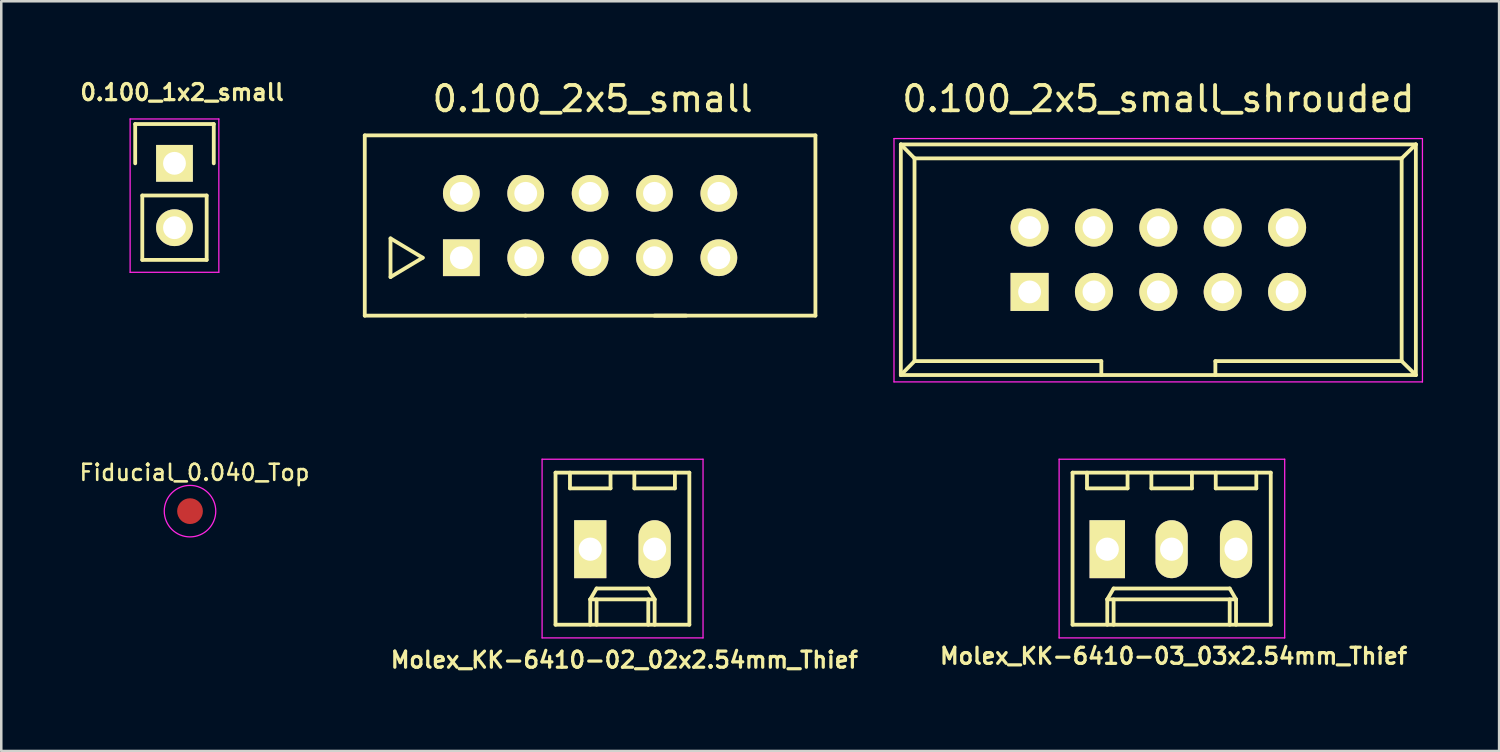
<source format=kicad_pcb>
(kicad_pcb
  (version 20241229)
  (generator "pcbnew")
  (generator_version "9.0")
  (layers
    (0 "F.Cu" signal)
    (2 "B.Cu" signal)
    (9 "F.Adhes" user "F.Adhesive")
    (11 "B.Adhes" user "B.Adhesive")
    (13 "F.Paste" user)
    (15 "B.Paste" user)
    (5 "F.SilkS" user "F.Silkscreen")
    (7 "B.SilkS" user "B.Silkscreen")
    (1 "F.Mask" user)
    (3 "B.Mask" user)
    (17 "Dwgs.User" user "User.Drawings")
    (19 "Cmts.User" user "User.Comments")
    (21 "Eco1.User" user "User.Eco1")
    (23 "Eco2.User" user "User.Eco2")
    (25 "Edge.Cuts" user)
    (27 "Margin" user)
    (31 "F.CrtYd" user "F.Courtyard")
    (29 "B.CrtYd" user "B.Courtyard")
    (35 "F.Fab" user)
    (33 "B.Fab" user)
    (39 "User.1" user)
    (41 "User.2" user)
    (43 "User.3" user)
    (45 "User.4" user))
  (footprint "Molex_KK-6410-03_03x2.54mm_Thief"
    (layer "F.Cu")
    (at 43.177 18.618)
    (property "Reference" "Molex_KK-6410-03_03x2.54mm_Thief" (at 0.076 4.216 0) (layer "F.SilkS") (effects (font (size 0.635 0.635) (thickness 0.127))))
    (attr through_hole)
    (fp_line (start -3.91 -3.02) (end -3.91 2.98) (stroke (width 0.15) (type solid)) (layer "F.SilkS"))
    (fp_line (start -3.91 2.98) (end 3.91 2.98) (stroke (width 0.15) (type solid)) (layer "F.SilkS"))
    (fp_line (start -3.34 -3.02) (end -3.34 -2.4) (stroke (width 0.15) (type solid)) (layer "F.SilkS"))
    (fp_line (start -3.34 -2.4) (end -1.74 -2.4) (stroke (width 0.15) (type solid)) (layer "F.SilkS"))
    (fp_line (start -2.54 1.98) (end -2.29 1.55) (stroke (width 0.15) (type solid)) (layer "F.SilkS"))
    (fp_line (start -2.54 1.98) (end 2.54 1.98) (stroke (width 0.15) (type solid)) (layer "F.SilkS"))
    (fp_line (start -2.54 2.98) (end -2.54 1.98) (stroke (width 0.15) (type solid)) (layer "F.SilkS"))
    (fp_line (start -2.29 1.55) (end 2.29 1.55) (stroke (width 0.15) (type solid)) (layer "F.SilkS"))
    (fp_line (start -2.29 2.98) (end -2.29 1.98) (stroke (width 0.15) (type solid)) (layer "F.SilkS"))
    (fp_line (start -1.74 -2.4) (end -1.74 -3.02) (stroke (width 0.15) (type solid)) (layer "F.SilkS"))
    (fp_line (start -0.8 -3.02) (end -0.8 -2.4) (stroke (width 0.15) (type solid)) (layer "F.SilkS"))
    (fp_line (start -0.8 -2.4) (end 0.8 -2.4) (stroke (width 0.15) (type solid)) (layer "F.SilkS"))
    (fp_line (start 0.8 -2.4) (end 0.8 -3.02) (stroke (width 0.15) (type solid)) (layer "F.SilkS"))
    (fp_line (start 1.74 -3.02) (end 1.74 -2.4) (stroke (width 0.15) (type solid)) (layer "F.SilkS"))
    (fp_line (start 1.74 -2.4) (end 3.34 -2.4) (stroke (width 0.15) (type solid)) (layer "F.SilkS"))
    (fp_line (start 2.29 1.55) (end 2.54 1.98) (stroke (width 0.15) (type solid)) (layer "F.SilkS"))
    (fp_line (start 2.29 2.98) (end 2.29 1.98) (stroke (width 0.15) (type solid)) (layer "F.SilkS"))
    (fp_line (start 2.54 1.98) (end 2.54 2.98) (stroke (width 0.15) (type solid)) (layer "F.SilkS"))
    (fp_line (start 3.34 -2.4) (end 3.34 -3.02) (stroke (width 0.15) (type solid)) (layer "F.SilkS"))
    (fp_line (start 3.91 -3.02) (end -3.91 -3.02) (stroke (width 0.15) (type solid)) (layer "F.SilkS"))
    (fp_line (start 3.91 2.98) (end 3.91 -3.02) (stroke (width 0.15) (type solid)) (layer "F.SilkS"))
    (fp_line (start -4.44 -3.55) (end 4.46 -3.55) (stroke (width 0.05) (type solid)) (layer "F.CrtYd"))
    (fp_line (start -4.44 3.5) (end -4.44 -3.55) (stroke (width 0.05) (type solid)) (layer "F.CrtYd"))
    (fp_line (start 4.46 -3.55) (end 4.46 3.5) (stroke (width 0.05) (type solid)) (layer "F.CrtYd"))
    (fp_line (start 4.46 3.5) (end -4.44 3.5) (stroke (width 0.05) (type solid)) (layer "F.CrtYd"))
    (pad "1" thru_hole rect (at -2.54 0) (size 1.397 2.286) (drill 0.914) (layers "*.Cu" "*.Mask" "F.SilkS"))
    (pad "2" thru_hole oval (at 0 0) (size 1.27 2.286) (drill 0.914) (layers "*.Cu" "*.Mask" "F.SilkS"))
    (pad "3" thru_hole oval (at 2.54 0) (size 1.27 2.286) (drill 0.914) (layers "*.Cu" "*.Mask" "F.SilkS")))
  (footprint "0.100_2x5_small_shrouded"
    (layer "F.Cu")
    (at 37.572 8.468)
    (property "Reference" "0.100_2x5_small_shrouded" (at 5.08 -7.62 0) (layer "F.SilkS") (effects (font (size 1 1) (thickness 0.15))))
    (attr through_hole)
    (fp_line (start -5.08 -5.82) (end -5.08 3.28) (stroke (width 0.15) (type solid)) (layer "F.SilkS"))
    (fp_line (start -5.08 -5.82) (end -4.54 -5.27) (stroke (width 0.15) (type solid)) (layer "F.SilkS"))
    (fp_line (start -5.08 -5.82) (end 15.24 -5.82) (stroke (width 0.15) (type solid)) (layer "F.SilkS"))
    (fp_line (start -5.08 3.28) (end -4.54 2.73) (stroke (width 0.15) (type solid)) (layer "F.SilkS"))
    (fp_line (start -5.08 3.28) (end 15.24 3.28) (stroke (width 0.15) (type solid)) (layer "F.SilkS"))
    (fp_line (start -4.54 -5.27) (end -4.54 2.73) (stroke (width 0.15) (type solid)) (layer "F.SilkS"))
    (fp_line (start -4.54 -5.27) (end 14.68 -5.27) (stroke (width 0.15) (type solid)) (layer "F.SilkS"))
    (fp_line (start -4.54 2.73) (end 2.83 2.73) (stroke (width 0.15) (type solid)) (layer "F.SilkS"))
    (fp_line (start 2.83 2.73) (end 2.83 3.28) (stroke (width 0.15) (type solid)) (layer "F.SilkS"))
    (fp_line (start 7.33 2.73) (end 7.33 3.28) (stroke (width 0.15) (type solid)) (layer "F.SilkS"))
    (fp_line (start 7.33 2.73) (end 14.68 2.73) (stroke (width 0.15) (type solid)) (layer "F.SilkS"))
    (fp_line (start 14.68 -5.27) (end 14.68 2.73) (stroke (width 0.15) (type solid)) (layer "F.SilkS"))
    (fp_line (start 15.24 -5.82) (end 14.68 -5.27) (stroke (width 0.15) (type solid)) (layer "F.SilkS"))
    (fp_line (start 15.24 -5.82) (end 15.24 3.28) (stroke (width 0.15) (type solid)) (layer "F.SilkS"))
    (fp_line (start 15.24 3.28) (end 14.68 2.73) (stroke (width 0.15) (type solid)) (layer "F.SilkS"))
    (fp_line (start -5.35 -6.05) (end 15.5 -6.05) (stroke (width 0.05) (type solid)) (layer "F.CrtYd"))
    (fp_line (start -5.35 3.55) (end -5.35 -6.05) (stroke (width 0.05) (type solid)) (layer "F.CrtYd"))
    (fp_line (start 15.5 -6.05) (end 15.5 3.55) (stroke (width 0.05) (type solid)) (layer "F.CrtYd"))
    (fp_line (start 15.5 3.55) (end -5.35 3.55) (stroke (width 0.05) (type solid)) (layer "F.CrtYd"))
    (pad "1" thru_hole rect (at 0 0) (size 1.5 1.5) (drill 0.9) (layers "*.Cu" "*.Mask" "F.SilkS"))
    (pad "2" thru_hole circle (at 0 -2.54) (size 1.5 1.5) (drill 0.9) (layers "*.Cu" "*.Mask" "F.SilkS"))
    (pad "3" thru_hole circle (at 2.54 0) (size 1.5 1.5) (drill 0.9) (layers "*.Cu" "*.Mask" "F.SilkS"))
    (pad "4" thru_hole circle (at 2.54 -2.54) (size 1.5 1.5) (drill 0.9) (layers "*.Cu" "*.Mask" "F.SilkS"))
    (pad "5" thru_hole circle (at 5.08 0) (size 1.5 1.5) (drill 0.9) (layers "*.Cu" "*.Mask" "F.SilkS"))
    (pad "6" thru_hole circle (at 5.08 -2.54) (size 1.5 1.5) (drill 0.9) (layers "*.Cu" "*.Mask" "F.SilkS"))
    (pad "7" thru_hole circle (at 7.62 0) (size 1.5 1.5) (drill 0.9) (layers "*.Cu" "*.Mask" "F.SilkS"))
    (pad "8" thru_hole circle (at 7.62 -2.54) (size 1.5 1.5) (drill 0.9) (layers "*.Cu" "*.Mask" "F.SilkS"))
    (pad "9" thru_hole circle (at 10.16 0) (size 1.5 1.5) (drill 0.9) (layers "*.Cu" "*.Mask" "F.SilkS"))
    (pad "10" thru_hole circle (at 10.16 -2.54) (size 1.5 1.5) (drill 0.9) (layers "*.Cu" "*.Mask" "F.SilkS")))
  (footprint "Molex_KK-6410-02_02x2.54mm_Thief"
    (layer "F.Cu")
    (at 21.508 18.618)
    (property "Reference" "Molex_KK-6410-02_02x2.54mm_Thief" (at 0.076 4.369 0) (layer "F.SilkS") (effects (font (size 0.635 0.635) (thickness 0.127))))
    (attr through_hole)
    (fp_line (start -2.64 -3.02) (end -2.64 2.98) (stroke (width 0.15) (type solid)) (layer "F.SilkS"))
    (fp_line (start -2.64 2.98) (end 2.64 2.98) (stroke (width 0.15) (type solid)) (layer "F.SilkS"))
    (fp_line (start -2.07 -3.02) (end -2.07 -2.4) (stroke (width 0.15) (type solid)) (layer "F.SilkS"))
    (fp_line (start -2.07 -2.4) (end -0.47 -2.4) (stroke (width 0.15) (type solid)) (layer "F.SilkS"))
    (fp_line (start -1.27 1.98) (end -1.02 1.55) (stroke (width 0.15) (type solid)) (layer "F.SilkS"))
    (fp_line (start -1.27 1.98) (end 1.27 1.98) (stroke (width 0.15) (type solid)) (layer "F.SilkS"))
    (fp_line (start -1.27 2.98) (end -1.27 1.98) (stroke (width 0.15) (type solid)) (layer "F.SilkS"))
    (fp_line (start -1.02 1.55) (end 1.02 1.55) (stroke (width 0.15) (type solid)) (layer "F.SilkS"))
    (fp_line (start -1.02 2.98) (end -1.02 1.98) (stroke (width 0.15) (type solid)) (layer "F.SilkS"))
    (fp_line (start -0.47 -2.4) (end -0.47 -3.02) (stroke (width 0.15) (type solid)) (layer "F.SilkS"))
    (fp_line (start 0.47 -3.02) (end 0.47 -2.4) (stroke (width 0.15) (type solid)) (layer "F.SilkS"))
    (fp_line (start 0.47 -2.4) (end 2.07 -2.4) (stroke (width 0.15) (type solid)) (layer "F.SilkS"))
    (fp_line (start 1.02 1.55) (end 1.27 1.98) (stroke (width 0.15) (type solid)) (layer "F.SilkS"))
    (fp_line (start 1.02 2.98) (end 1.02 1.98) (stroke (width 0.15) (type solid)) (layer "F.SilkS"))
    (fp_line (start 1.27 1.98) (end 1.27 2.98) (stroke (width 0.15) (type solid)) (layer "F.SilkS"))
    (fp_line (start 2.07 -2.4) (end 2.07 -3.02) (stroke (width 0.15) (type solid)) (layer "F.SilkS"))
    (fp_line (start 2.64 -3.02) (end -2.64 -3.02) (stroke (width 0.15) (type solid)) (layer "F.SilkS"))
    (fp_line (start 2.64 2.98) (end 2.64 -3.02) (stroke (width 0.15) (type solid)) (layer "F.SilkS"))
    (fp_line (start -3.17 -3.55) (end 3.18 -3.55) (stroke (width 0.05) (type solid)) (layer "F.CrtYd"))
    (fp_line (start -3.17 3.5) (end -3.17 -3.55) (stroke (width 0.05) (type solid)) (layer "F.CrtYd"))
    (fp_line (start 3.18 -3.55) (end 3.18 3.5) (stroke (width 0.05) (type solid)) (layer "F.CrtYd"))
    (fp_line (start 3.18 3.5) (end -3.17 3.5) (stroke (width 0.05) (type solid)) (layer "F.CrtYd"))
    (pad "1" thru_hole rect (at -1.27 0) (size 1.27 2.286) (drill 0.914) (layers "*.Cu" "*.Mask" "F.SilkS"))
    (pad "2" thru_hole oval (at 1.27 0) (size 1.27 2.286) (drill 0.914) (layers "*.Cu" "*.Mask" "F.SilkS")))
  (footprint "0.100_2x5_small"
    (layer "F.Cu")
    (at 20.232 5.848)
    (property "Reference" "0.100_2x5_small" (at 0.1 -5 0) (layer "F.SilkS") (effects (font (size 1 1) (thickness 0.15))))
    (attr through_hole)
    (fp_line (start -8.89 -3.556) (end 8.89 -3.556) (stroke (width 0.15) (type solid)) (layer "F.SilkS"))
    (fp_line (start -8.89 3.556) (end -8.89 -3.556) (stroke (width 0.15) (type solid)) (layer "F.SilkS"))
    (fp_line (start -7.874 0.508) (end -7.874 2.032) (stroke (width 0.15) (type solid)) (layer "F.SilkS"))
    (fp_line (start -7.874 2.032) (end -6.604 1.27) (stroke (width 0.15) (type solid)) (layer "F.SilkS"))
    (fp_line (start -6.604 1.27) (end -7.874 0.508) (stroke (width 0.15) (type solid)) (layer "F.SilkS"))
    (fp_line (start -2.54 3.556) (end -8.89 3.556) (stroke (width 0.15) (type solid)) (layer "F.SilkS"))
    (fp_line (start 3.79 3.556) (end -2.56 3.556) (stroke (width 0.15) (type solid)) (layer "F.SilkS"))
    (fp_line (start 8.89 3.556) (end 2.54 3.556) (stroke (width 0.15) (type solid)) (layer "F.SilkS"))
    (fp_line (start 8.89 3.556) (end 8.89 -3.556) (stroke (width 0.15) (type solid)) (layer "F.SilkS"))
    (pad "1" thru_hole rect (at -5.08 1.27) (size 1.45 1.45) (drill 0.9) (layers "*.Cu" "*.Mask" "F.SilkS"))
    (pad "2" thru_hole circle (at -5.08 -1.27) (size 1.45 1.45) (drill 0.9) (layers "*.Cu" "*.Mask" "F.SilkS"))
    (pad "3" thru_hole circle (at -2.54 1.27) (size 1.45 1.45) (drill 0.9) (layers "*.Cu" "*.Mask" "F.SilkS"))
    (pad "4" thru_hole circle (at -2.54 -1.27) (size 1.45 1.45) (drill 0.9) (layers "*.Cu" "*.Mask" "F.SilkS"))
    (pad "5" thru_hole circle (at 0 1.27) (size 1.45 1.45) (drill 0.9) (layers "*.Cu" "*.Mask" "F.SilkS"))
    (pad "6" thru_hole circle (at 0 -1.27) (size 1.445 1.445) (drill 0.9) (layers "*.Cu" "*.Mask" "F.SilkS"))
    (pad "7" thru_hole circle (at 2.54 1.27) (size 1.45 1.45) (drill 0.9) (layers "*.Cu" "*.Mask" "F.SilkS"))
    (pad "8" thru_hole circle (at 2.54 -1.27) (size 1.45 1.45) (drill 0.9) (layers "*.Cu" "*.Mask" "F.SilkS"))
    (pad "9" thru_hole circle (at 5.08 1.27) (size 1.45 1.45) (drill 0.9) (layers "*.Cu" "*.Mask" "F.SilkS"))
    (pad "10" thru_hole circle (at 5.08 -1.27) (size 1.45 1.45) (drill 0.9) (layers "*.Cu" "*.Mask" "F.SilkS")))
  (footprint "0.100_1x2_small"
    (layer "F.Cu")
    (at 3.834 4.664)
    (property "Reference" "0.100_1x2_small" (at 0.3 -4.07 0) (layer "F.SilkS") (effects (font (size 0.635 0.635) (thickness 0.127))))
    (attr through_hole)
    (fp_line (start -1.55 -2.82) (end 1.55 -2.82) (stroke (width 0.15) (type solid)) (layer "F.SilkS"))
    (fp_line (start -1.55 -1.27) (end -1.55 -2.82) (stroke (width 0.15) (type solid)) (layer "F.SilkS"))
    (fp_line (start -1.27 0) (end -1.27 2.54) (stroke (width 0.15) (type solid)) (layer "F.SilkS"))
    (fp_line (start -1.27 2.54) (end 1.27 2.54) (stroke (width 0.15) (type solid)) (layer "F.SilkS"))
    (fp_line (start 1.27 0) (end -1.27 0) (stroke (width 0.15) (type solid)) (layer "F.SilkS"))
    (fp_line (start 1.27 0) (end 1.27 2.54) (stroke (width 0.15) (type solid)) (layer "F.SilkS"))
    (fp_line (start 1.55 -2.82) (end 1.55 -1.27) (stroke (width 0.15) (type solid)) (layer "F.SilkS"))
    (fp_line (start -1.75 -3.02) (end -1.75 3.03) (stroke (width 0.05) (type solid)) (layer "F.CrtYd"))
    (fp_line (start -1.75 -3.02) (end 1.75 -3.02) (stroke (width 0.05) (type solid)) (layer "F.CrtYd"))
    (fp_line (start -1.75 3.03) (end 1.75 3.03) (stroke (width 0.05) (type solid)) (layer "F.CrtYd"))
    (fp_line (start 1.75 -3.02) (end 1.75 3.03) (stroke (width 0.05) (type solid)) (layer "F.CrtYd"))
    (pad "1" thru_hole rect (at 0 -1.27) (size 1.45 1.45) (drill 0.9) (layers "*.Cu" "*.Mask" "F.SilkS"))
    (pad "2" thru_hole circle (at 0 1.27) (size 1.45 1.45) (drill 0.9) (layers "*.Cu" "*.Mask" "F.SilkS")))
  (footprint "Fiducial_0.040_Top"
    (layer "F.Cu")
    (at 4.447 17.117)
    (property "Reference" "Fiducial_0.040_Top" (at 0.178 -1.524 0) (layer "F.SilkS") (effects (font (size 0.635 0.635) (thickness 0.102))))
    (attr exclude_from_pos_files exclude_from_bom)
    (fp_circle (center 0 0) (end 1.016 0) (stroke (width 0.05) (type solid)) (fill no) (layer "F.CrtYd"))
    (pad "1" smd circle (at 0 0) (size 1.016 1.016) (layers "F.Cu" "F.Mask")))
  (gr_rect
    (start -3 -3)
    (end 56.097 26.581)
    (stroke (width 0.1) (type default))
    (fill no)
    (layer "Edge.Cuts")))
</source>
